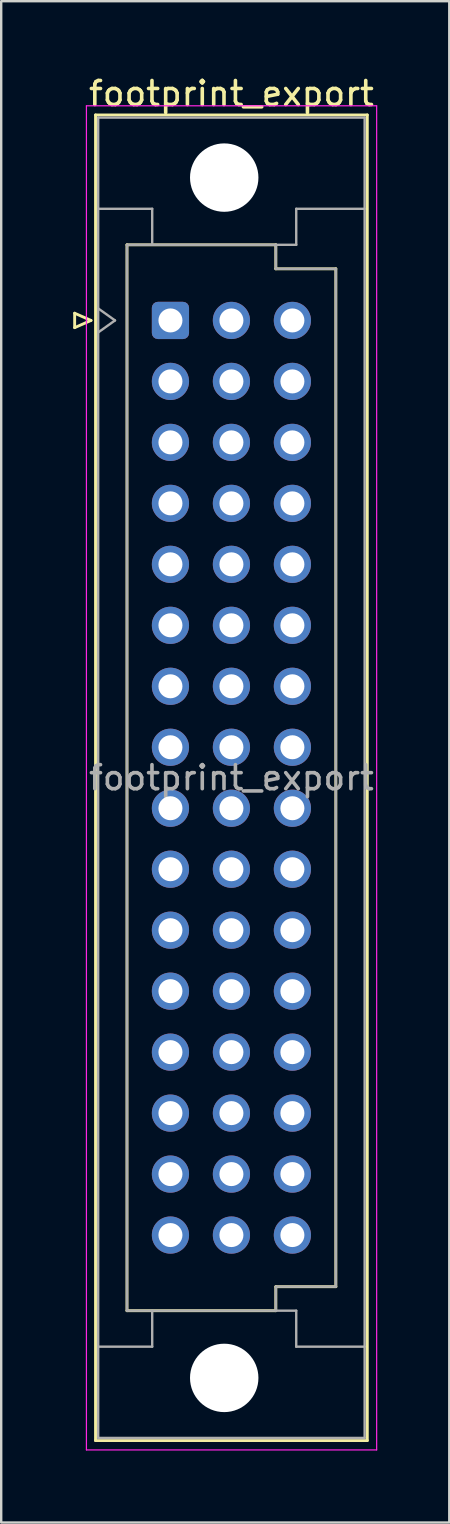
<source format=kicad_pcb>
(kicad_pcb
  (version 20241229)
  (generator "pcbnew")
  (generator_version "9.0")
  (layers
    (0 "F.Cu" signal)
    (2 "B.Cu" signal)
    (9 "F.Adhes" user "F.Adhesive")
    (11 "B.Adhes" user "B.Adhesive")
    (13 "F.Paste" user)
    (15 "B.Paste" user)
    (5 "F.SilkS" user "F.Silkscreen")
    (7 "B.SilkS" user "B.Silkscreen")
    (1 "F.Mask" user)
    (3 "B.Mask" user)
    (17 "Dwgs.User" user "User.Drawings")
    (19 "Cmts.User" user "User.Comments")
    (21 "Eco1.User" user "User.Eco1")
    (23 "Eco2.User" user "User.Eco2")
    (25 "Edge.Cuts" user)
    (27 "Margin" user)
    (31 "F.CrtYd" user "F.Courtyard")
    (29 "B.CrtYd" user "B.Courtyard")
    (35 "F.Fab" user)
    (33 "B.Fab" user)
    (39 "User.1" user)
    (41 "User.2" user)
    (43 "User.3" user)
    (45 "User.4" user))
  (footprint "footprint_export"
    (layer "F.Cu")
    (at 4.05 10.298)
    (property "Reference" "footprint_export" (at 2.54 -9.45 0) (layer "F.SilkS") (effects (font (size 1 1) (thickness 0.15))))
    (attr through_hole)
    (fp_line (start -3.99 -0.3) (end -3.99 0.3) (stroke (width 0.12) (type solid)) (layer "F.SilkS"))
    (fp_line (start -3.99 0.3) (end -3.31 0) (stroke (width 0.12) (type solid)) (layer "F.SilkS"))
    (fp_line (start -3.31 0) (end -3.99 -0.3) (stroke (width 0.12) (type solid)) (layer "F.SilkS"))
    (fp_line (start -3.12 -8.56) (end 8.2 -8.56) (stroke (width 0.12) (type solid)) (layer "F.SilkS"))
    (fp_line (start -3.12 46.66) (end -3.12 -8.56) (stroke (width 0.12) (type solid)) (layer "F.SilkS"))
    (fp_line (start -1.81 -3.15) (end 4.39 -3.15) (stroke (width 0.12) (type solid)) (layer "F.SilkS"))
    (fp_line (start -1.81 41.25) (end -1.81 -3.15) (stroke (width 0.12) (type solid)) (layer "F.SilkS"))
    (fp_line (start 4.39 -3.15) (end 4.39 -2.15) (stroke (width 0.12) (type solid)) (layer "F.SilkS"))
    (fp_line (start 4.39 -2.15) (end 6.89 -2.15) (stroke (width 0.12) (type solid)) (layer "F.SilkS"))
    (fp_line (start 4.39 40.25) (end 4.39 41.25) (stroke (width 0.12) (type solid)) (layer "F.SilkS"))
    (fp_line (start 4.39 41.25) (end -1.81 41.25) (stroke (width 0.12) (type solid)) (layer "F.SilkS"))
    (fp_line (start 6.89 -2.15) (end 6.89 40.25) (stroke (width 0.12) (type solid)) (layer "F.SilkS"))
    (fp_line (start 6.89 40.25) (end 4.39 40.25) (stroke (width 0.12) (type solid)) (layer "F.SilkS"))
    (fp_line (start 8.2 -8.56) (end 8.2 46.66) (stroke (width 0.12) (type solid)) (layer "F.SilkS"))
    (fp_line (start 8.2 46.66) (end -3.12 46.66) (stroke (width 0.12) (type solid)) (layer "F.SilkS"))
    (fp_line (start -3.5 -8.94) (end 8.59 -8.94) (stroke (width 0.05) (type solid)) (layer "F.CrtYd"))
    (fp_line (start -3.5 47.05) (end -3.5 -8.94) (stroke (width 0.05) (type solid)) (layer "F.CrtYd"))
    (fp_line (start 8.59 -8.94) (end 8.59 47.05) (stroke (width 0.05) (type solid)) (layer "F.CrtYd"))
    (fp_line (start 8.59 47.05) (end -3.5 47.05) (stroke (width 0.05) (type solid)) (layer "F.CrtYd"))
    (fp_line (start -3.01 -8.45) (end 8.09 -8.45) (stroke (width 0.1) (type solid)) (layer "F.Fab"))
    (fp_line (start -3.01 -4.65) (end -0.76 -4.65) (stroke (width 0.1) (type solid)) (layer "F.Fab"))
    (fp_line (start -3.01 -0.5) (end -2.31 0) (stroke (width 0.1) (type solid)) (layer "F.Fab"))
    (fp_line (start -3.01 42.75) (end -0.76 42.75) (stroke (width 0.1) (type solid)) (layer "F.Fab"))
    (fp_line (start -3.01 46.55) (end -3.01 -8.45) (stroke (width 0.1) (type solid)) (layer "F.Fab"))
    (fp_line (start -2.31 0) (end -3.01 0.5) (stroke (width 0.1) (type solid)) (layer "F.Fab"))
    (fp_line (start -1.81 -3.15) (end 4.39 -3.15) (stroke (width 0.1) (type solid)) (layer "F.Fab"))
    (fp_line (start -1.81 41.25) (end -1.81 -3.15) (stroke (width 0.1) (type solid)) (layer "F.Fab"))
    (fp_line (start -0.76 -4.65) (end -0.76 -3.15) (stroke (width 0.1) (type solid)) (layer "F.Fab"))
    (fp_line (start -0.76 42.75) (end -0.76 41.25) (stroke (width 0.1) (type solid)) (layer "F.Fab"))
    (fp_line (start 4.39 -3.15) (end 4.39 -2.15) (stroke (width 0.1) (type solid)) (layer "F.Fab"))
    (fp_line (start 4.39 -3.15) (end 5.24 -3.15) (stroke (width 0.1) (type solid)) (layer "F.Fab"))
    (fp_line (start 4.39 -2.15) (end 6.89 -2.15) (stroke (width 0.1) (type solid)) (layer "F.Fab"))
    (fp_line (start 4.39 40.25) (end 4.39 41.25) (stroke (width 0.1) (type solid)) (layer "F.Fab"))
    (fp_line (start 4.39 41.25) (end -1.81 41.25) (stroke (width 0.1) (type solid)) (layer "F.Fab"))
    (fp_line (start 4.39 41.25) (end 5.24 41.25) (stroke (width 0.1) (type solid)) (layer "F.Fab"))
    (fp_line (start 5.24 -4.65) (end 8.09 -4.65) (stroke (width 0.1) (type solid)) (layer "F.Fab"))
    (fp_line (start 5.24 -3.15) (end 5.24 -4.65) (stroke (width 0.1) (type solid)) (layer "F.Fab"))
    (fp_line (start 5.24 41.25) (end 5.24 42.75) (stroke (width 0.1) (type solid)) (layer "F.Fab"))
    (fp_line (start 5.24 42.75) (end 8.09 42.75) (stroke (width 0.1) (type solid)) (layer "F.Fab"))
    (fp_line (start 6.89 -2.15) (end 6.89 40.25) (stroke (width 0.1) (type solid)) (layer "F.Fab"))
    (fp_line (start 6.89 40.25) (end 4.39 40.25) (stroke (width 0.1) (type solid)) (layer "F.Fab"))
    (fp_line (start 8.09 -8.45) (end 8.09 46.55) (stroke (width 0.1) (type solid)) (layer "F.Fab"))
    (fp_line (start 8.09 46.55) (end -3.01 46.55) (stroke (width 0.1) (type solid)) (layer "F.Fab"))
    (fp_text user "${REFERENCE}" (at 2.54 19.05 0) (layer "F.Fab") (effects (font (size 1 1) (thickness 0.15))))
    (pad "" np_thru_hole circle (at 2.24 -5.95) (size 2.85 2.85) (drill 2.85) (layers "*.Cu" "*.Mask"))
    (pad "" np_thru_hole circle (at 2.24 44.05) (size 2.85 2.85) (drill 2.85) (layers "*.Cu" "*.Mask"))
    (pad "a1" thru_hole roundrect (at 0 0) (size 1.55 1.55) (drill 1) (layers "*.Cu" "*.Mask") (roundrect_rratio 0.161))
    (pad "a2" thru_hole circle (at 0 2.54) (size 1.55 1.55) (drill 1) (layers "*.Cu" "*.Mask"))
    (pad "a3" thru_hole circle (at 0 5.08) (size 1.55 1.55) (drill 1) (layers "*.Cu" "*.Mask"))
    (pad "a4" thru_hole circle (at 0 7.62) (size 1.55 1.55) (drill 1) (layers "*.Cu" "*.Mask"))
    (pad "a5" thru_hole circle (at 0 10.16) (size 1.55 1.55) (drill 1) (layers "*.Cu" "*.Mask"))
    (pad "a6" thru_hole circle (at 0 12.7) (size 1.55 1.55) (drill 1) (layers "*.Cu" "*.Mask"))
    (pad "a7" thru_hole circle (at 0 15.24) (size 1.55 1.55) (drill 1) (layers "*.Cu" "*.Mask"))
    (pad "a8" thru_hole circle (at 0 17.78) (size 1.55 1.55) (drill 1) (layers "*.Cu" "*.Mask"))
    (pad "a9" thru_hole circle (at 0 20.32) (size 1.55 1.55) (drill 1) (layers "*.Cu" "*.Mask"))
    (pad "a10" thru_hole circle (at 0 22.86) (size 1.55 1.55) (drill 1) (layers "*.Cu" "*.Mask"))
    (pad "a11" thru_hole circle (at 0 25.4) (size 1.55 1.55) (drill 1) (layers "*.Cu" "*.Mask"))
    (pad "a12" thru_hole circle (at 0 27.94) (size 1.55 1.55) (drill 1) (layers "*.Cu" "*.Mask"))
    (pad "a13" thru_hole circle (at 0 30.48) (size 1.55 1.55) (drill 1) (layers "*.Cu" "*.Mask"))
    (pad "a14" thru_hole circle (at 0 33.02) (size 1.55 1.55) (drill 1) (layers "*.Cu" "*.Mask"))
    (pad "a15" thru_hole circle (at 0 35.56) (size 1.55 1.55) (drill 1) (layers "*.Cu" "*.Mask"))
    (pad "a16" thru_hole circle (at 0 38.1) (size 1.55 1.55) (drill 1) (layers "*.Cu" "*.Mask"))
    (pad "b1" thru_hole circle (at 2.54 0) (size 1.55 1.55) (drill 1) (layers "*.Cu" "*.Mask"))
    (pad "b2" thru_hole circle (at 2.54 2.54) (size 1.55 1.55) (drill 1) (layers "*.Cu" "*.Mask"))
    (pad "b3" thru_hole circle (at 2.54 5.08) (size 1.55 1.55) (drill 1) (layers "*.Cu" "*.Mask"))
    (pad "b4" thru_hole circle (at 2.54 7.62) (size 1.55 1.55) (drill 1) (layers "*.Cu" "*.Mask"))
    (pad "b5" thru_hole circle (at 2.54 10.16) (size 1.55 1.55) (drill 1) (layers "*.Cu" "*.Mask"))
    (pad "b6" thru_hole circle (at 2.54 12.7) (size 1.55 1.55) (drill 1) (layers "*.Cu" "*.Mask"))
    (pad "b7" thru_hole circle (at 2.54 15.24) (size 1.55 1.55) (drill 1) (layers "*.Cu" "*.Mask"))
    (pad "b8" thru_hole circle (at 2.54 17.78) (size 1.55 1.55) (drill 1) (layers "*.Cu" "*.Mask"))
    (pad "b9" thru_hole circle (at 2.54 20.32) (size 1.55 1.55) (drill 1) (layers "*.Cu" "*.Mask"))
    (pad "b10" thru_hole circle (at 2.54 22.86) (size 1.55 1.55) (drill 1) (layers "*.Cu" "*.Mask"))
    (pad "b11" thru_hole circle (at 2.54 25.4) (size 1.55 1.55) (drill 1) (layers "*.Cu" "*.Mask"))
    (pad "b12" thru_hole circle (at 2.54 27.94) (size 1.55 1.55) (drill 1) (layers "*.Cu" "*.Mask"))
    (pad "b13" thru_hole circle (at 2.54 30.48) (size 1.55 1.55) (drill 1) (layers "*.Cu" "*.Mask"))
    (pad "b14" thru_hole circle (at 2.54 33.02) (size 1.55 1.55) (drill 1) (layers "*.Cu" "*.Mask"))
    (pad "b15" thru_hole circle (at 2.54 35.56) (size 1.55 1.55) (drill 1) (layers "*.Cu" "*.Mask"))
    (pad "b16" thru_hole circle (at 2.54 38.1) (size 1.55 1.55) (drill 1) (layers "*.Cu" "*.Mask"))
    (pad "c1" thru_hole circle (at 5.08 0) (size 1.55 1.55) (drill 1) (layers "*.Cu" "*.Mask"))
    (pad "c2" thru_hole circle (at 5.08 2.54) (size 1.55 1.55) (drill 1) (layers "*.Cu" "*.Mask"))
    (pad "c3" thru_hole circle (at 5.08 5.08) (size 1.55 1.55) (drill 1) (layers "*.Cu" "*.Mask"))
    (pad "c4" thru_hole circle (at 5.08 7.62) (size 1.55 1.55) (drill 1) (layers "*.Cu" "*.Mask"))
    (pad "c5" thru_hole circle (at 5.08 10.16) (size 1.55 1.55) (drill 1) (layers "*.Cu" "*.Mask"))
    (pad "c6" thru_hole circle (at 5.08 12.7) (size 1.55 1.55) (drill 1) (layers "*.Cu" "*.Mask"))
    (pad "c7" thru_hole circle (at 5.08 15.24) (size 1.55 1.55) (drill 1) (layers "*.Cu" "*.Mask"))
    (pad "c8" thru_hole circle (at 5.08 17.78) (size 1.55 1.55) (drill 1) (layers "*.Cu" "*.Mask"))
    (pad "c9" thru_hole circle (at 5.08 20.32) (size 1.55 1.55) (drill 1) (layers "*.Cu" "*.Mask"))
    (pad "c10" thru_hole circle (at 5.08 22.86) (size 1.55 1.55) (drill 1) (layers "*.Cu" "*.Mask"))
    (pad "c11" thru_hole circle (at 5.08 25.4) (size 1.55 1.55) (drill 1) (layers "*.Cu" "*.Mask"))
    (pad "c12" thru_hole circle (at 5.08 27.94) (size 1.55 1.55) (drill 1) (layers "*.Cu" "*.Mask"))
    (pad "c13" thru_hole circle (at 5.08 30.48) (size 1.55 1.55) (drill 1) (layers "*.Cu" "*.Mask"))
    (pad "c14" thru_hole circle (at 5.08 33.02) (size 1.55 1.55) (drill 1) (layers "*.Cu" "*.Mask"))
    (pad "c15" thru_hole circle (at 5.08 35.56) (size 1.55 1.55) (drill 1) (layers "*.Cu" "*.Mask"))
    (pad "c16" thru_hole circle (at 5.08 38.1) (size 1.55 1.55) (drill 1) (layers "*.Cu" "*.Mask")))
  (gr_rect
    (start -3 -3)
    (end 15.665 60.373)
    (stroke (width 0.1) (type default))
    (fill no)
    (layer "Edge.Cuts")))
</source>
